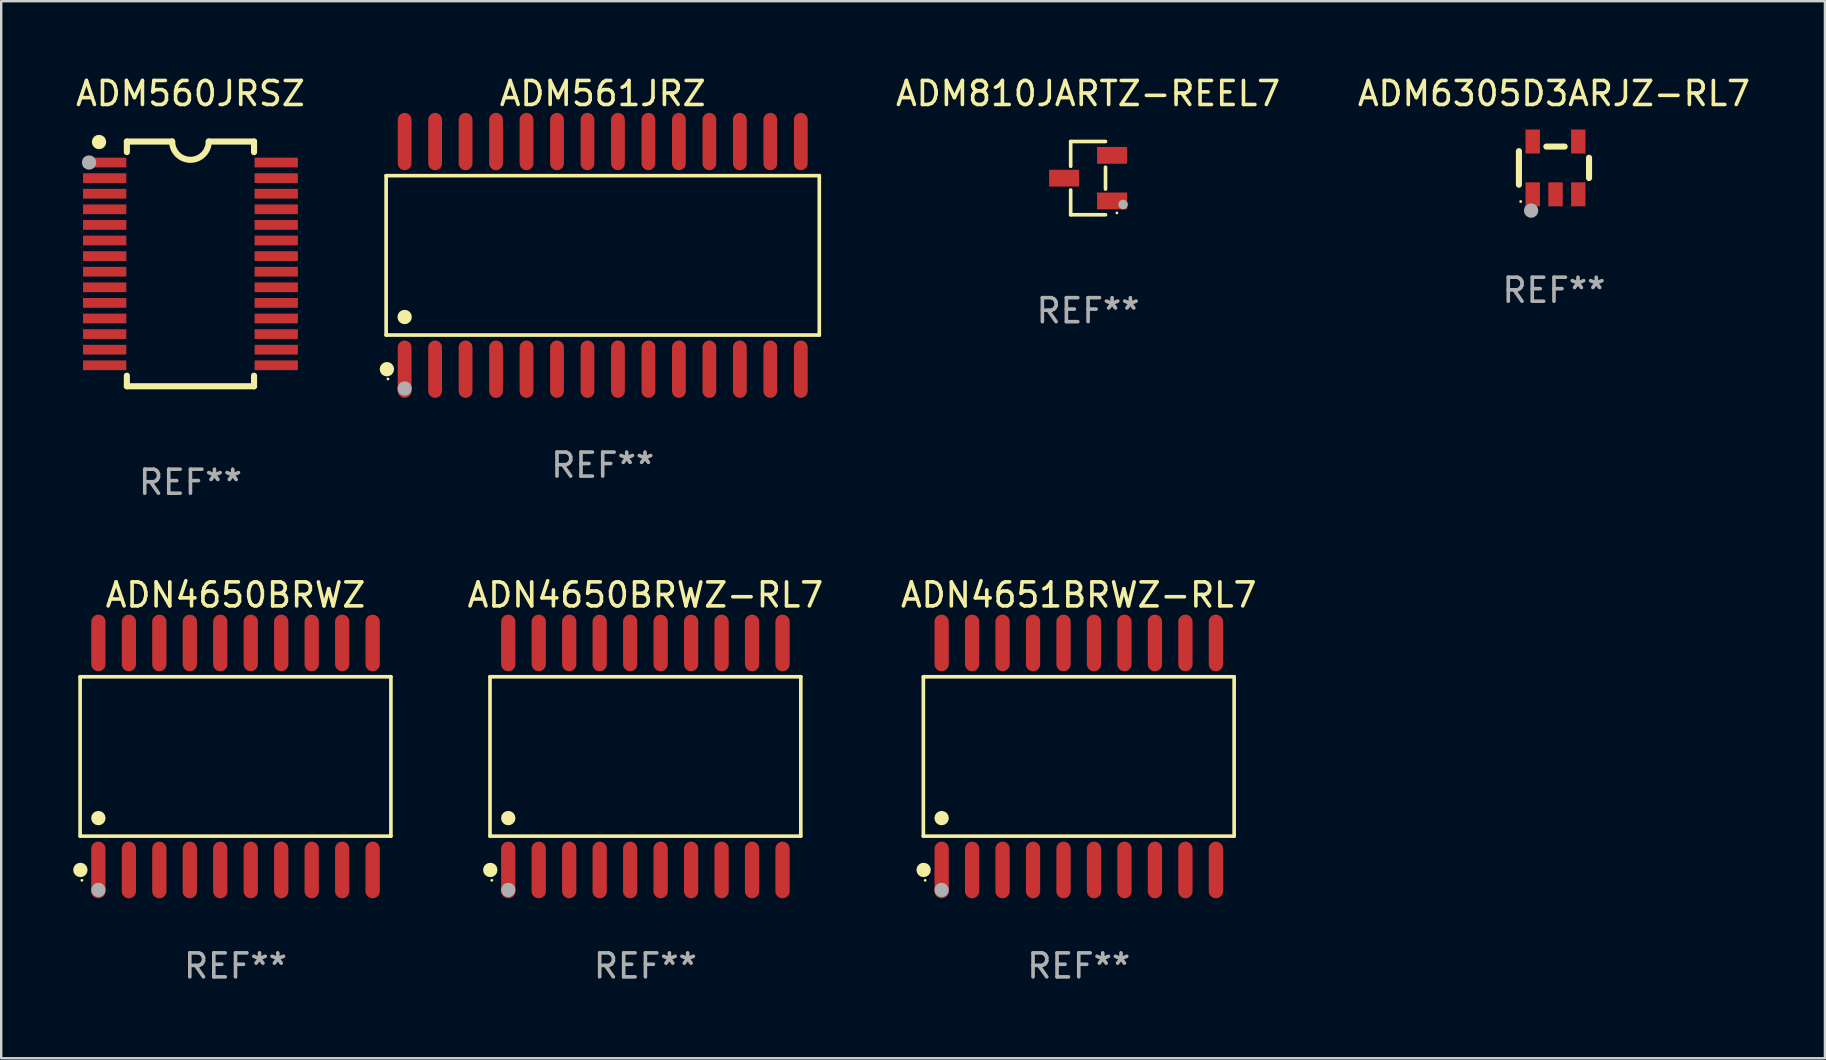
<source format=kicad_pcb>
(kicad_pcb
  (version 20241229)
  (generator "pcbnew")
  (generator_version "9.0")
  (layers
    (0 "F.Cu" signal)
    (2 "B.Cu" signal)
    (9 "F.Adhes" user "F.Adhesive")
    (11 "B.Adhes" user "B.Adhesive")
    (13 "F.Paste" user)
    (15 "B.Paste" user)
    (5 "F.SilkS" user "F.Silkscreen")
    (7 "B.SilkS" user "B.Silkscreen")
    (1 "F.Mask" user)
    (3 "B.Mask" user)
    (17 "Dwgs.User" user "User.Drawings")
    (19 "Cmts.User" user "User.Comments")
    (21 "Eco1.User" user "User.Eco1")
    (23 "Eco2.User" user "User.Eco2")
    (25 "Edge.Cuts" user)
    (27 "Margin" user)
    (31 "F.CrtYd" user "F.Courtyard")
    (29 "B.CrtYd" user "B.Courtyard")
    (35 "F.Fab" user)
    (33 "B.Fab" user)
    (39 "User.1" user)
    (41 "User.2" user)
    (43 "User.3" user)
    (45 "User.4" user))
  (footprint "ADM561JRZ"
    (layer "F.Cu")
    (at 22.068 7.592)
    (property "Reference" "ADM561JRZ" (at 0 -6.744 0) (layer "F.SilkS") (effects (font (size 1 1) (thickness 0.15))))
    (attr through_hole)
    (fp_line (start -9.026 -3.321) (end 9.026 -3.321) (stroke (width 0.152) (type solid)) (layer "F.SilkS"))
    (fp_line (start -9.026 3.321) (end -9.026 -3.321) (stroke (width 0.152) (type solid)) (layer "F.SilkS"))
    (fp_line (start 9.026 -3.321) (end 9.026 3.321) (stroke (width 0.152) (type solid)) (layer "F.SilkS"))
    (fp_line (start 9.026 3.321) (end -9.026 3.321) (stroke (width 0.152) (type solid)) (layer "F.SilkS"))
    (fp_circle (center -8.994 4.744) (end -8.844 4.744) (stroke (width 0.3) (type solid)) (fill no) (layer "F.SilkS"))
    (fp_circle (center -8.95 5.15) (end -8.92 5.15) (stroke (width 0.06) (type solid)) (fill no) (layer "F.SilkS"))
    (fp_circle (center -8.255 2.569) (end -8.105 2.569) (stroke (width 0.3) (type solid)) (fill no) (layer "F.SilkS"))
    (fp_circle (center -8.255 5.55) (end -8.105 5.55) (stroke (width 0.3) (type solid)) (fill no) (layer "F.Fab"))
    (fp_text user "REF**" (at 0 8.744 0) (layer "F.Fab") (effects (font (size 1 1) (thickness 0.15))))
    (pad "1" smd oval (at -8.255 4.744) (size 0.574 2.388) (layers "F.Cu" "F.Mask" "F.Paste"))
    (pad "2" smd oval (at -6.985 4.744) (size 0.574 2.388) (layers "F.Cu" "F.Mask" "F.Paste"))
    (pad "3" smd oval (at -5.715 4.744) (size 0.574 2.388) (layers "F.Cu" "F.Mask" "F.Paste"))
    (pad "4" smd oval (at -4.445 4.744) (size 0.574 2.388) (layers "F.Cu" "F.Mask" "F.Paste"))
    (pad "5" smd oval (at -3.175 4.744) (size 0.574 2.388) (layers "F.Cu" "F.Mask" "F.Paste"))
    (pad "6" smd oval (at -1.905 4.744) (size 0.574 2.388) (layers "F.Cu" "F.Mask" "F.Paste"))
    (pad "7" smd oval (at -0.635 4.744) (size 0.574 2.388) (layers "F.Cu" "F.Mask" "F.Paste"))
    (pad "8" smd oval (at 0.635 4.744) (size 0.574 2.388) (layers "F.Cu" "F.Mask" "F.Paste"))
    (pad "9" smd oval (at 1.905 4.744) (size 0.574 2.388) (layers "F.Cu" "F.Mask" "F.Paste"))
    (pad "10" smd oval (at 3.175 4.744) (size 0.574 2.388) (layers "F.Cu" "F.Mask" "F.Paste"))
    (pad "11" smd oval (at 4.445 4.744) (size 0.574 2.388) (layers "F.Cu" "F.Mask" "F.Paste"))
    (pad "12" smd oval (at 5.715 4.744) (size 0.574 2.388) (layers "F.Cu" "F.Mask" "F.Paste"))
    (pad "13" smd oval (at 6.985 4.744) (size 0.574 2.388) (layers "F.Cu" "F.Mask" "F.Paste"))
    (pad "14" smd oval (at 8.255 4.744) (size 0.574 2.388) (layers "F.Cu" "F.Mask" "F.Paste"))
    (pad "15" smd oval (at 8.255 -4.744) (size 0.574 2.388) (layers "F.Cu" "F.Mask" "F.Paste"))
    (pad "16" smd oval (at 6.985 -4.744) (size 0.574 2.388) (layers "F.Cu" "F.Mask" "F.Paste"))
    (pad "17" smd oval (at 5.715 -4.744) (size 0.574 2.388) (layers "F.Cu" "F.Mask" "F.Paste"))
    (pad "18" smd oval (at 4.445 -4.744) (size 0.574 2.388) (layers "F.Cu" "F.Mask" "F.Paste"))
    (pad "19" smd oval (at 3.175 -4.744) (size 0.574 2.388) (layers "F.Cu" "F.Mask" "F.Paste"))
    (pad "20" smd oval (at 1.905 -4.744) (size 0.574 2.388) (layers "F.Cu" "F.Mask" "F.Paste"))
    (pad "21" smd oval (at 0.635 -4.744) (size 0.574 2.388) (layers "F.Cu" "F.Mask" "F.Paste"))
    (pad "22" smd oval (at -0.635 -4.744) (size 0.574 2.388) (layers "F.Cu" "F.Mask" "F.Paste"))
    (pad "23" smd oval (at -1.905 -4.744) (size 0.574 2.388) (layers "F.Cu" "F.Mask" "F.Paste"))
    (pad "24" smd oval (at -3.175 -4.744) (size 0.574 2.388) (layers "F.Cu" "F.Mask" "F.Paste"))
    (pad "25" smd oval (at -4.445 -4.744) (size 0.574 2.388) (layers "F.Cu" "F.Mask" "F.Paste"))
    (pad "26" smd oval (at -5.715 -4.744) (size 0.574 2.388) (layers "F.Cu" "F.Mask" "F.Paste"))
    (pad "27" smd oval (at -6.985 -4.744) (size 0.574 2.388) (layers "F.Cu" "F.Mask" "F.Paste"))
    (pad "28" smd oval (at -8.255 -4.744) (size 0.574 2.388) (layers "F.Cu" "F.Mask" "F.Paste")))
  (footprint "ADM810JARTZ-REEL7"
    (layer "F.Cu")
    (at 42.296 4.374)
    (property "Reference" "ADM810JARTZ-REEL7" (at 0 -3.526 0) (layer "F.SilkS") (effects (font (size 1 1) (thickness 0.15))))
    (attr through_hole)
    (fp_line (start -0.726 -1.526) (end -0.726 -0.495) (stroke (width 0.152) (type solid)) (layer "F.SilkS"))
    (fp_line (start -0.726 1.526) (end -0.726 0.495) (stroke (width 0.152) (type solid)) (layer "F.SilkS"))
    (fp_line (start 0.726 -1.526) (end -0.726 -1.526) (stroke (width 0.152) (type solid)) (layer "F.SilkS"))
    (fp_line (start 0.726 -0.455) (end 0.726 0.455) (stroke (width 0.152) (type solid)) (layer "F.SilkS"))
    (fp_line (start 0.726 1.526) (end -0.726 1.526) (stroke (width 0.152) (type solid)) (layer "F.SilkS"))
    (fp_circle (center 1.2 1.45) (end 1.23 1.45) (stroke (width 0.06) (type solid)) (fill no) (layer "F.SilkS"))
    (fp_circle (center 1.46 1.1) (end 1.56 1.1) (stroke (width 0.2) (type solid)) (fill no) (layer "F.Fab"))
    (fp_text user "REF**" (at 0 5.526 0) (layer "F.Fab") (effects (font (size 1 1) (thickness 0.15))))
    (pad "1" smd rect (at 1 0.95) (size 1.25 0.7) (layers "F.Cu" "F.Mask" "F.Paste"))
    (pad "2" smd rect (at 1 -0.95) (size 1.25 0.7) (layers "F.Cu" "F.Mask" "F.Paste"))
    (pad "3" smd rect (at -1 0) (size 1.25 0.7) (layers "F.Cu" "F.Mask" "F.Paste")))
  (footprint "ADN4650BRWZ"
    (layer "F.Cu")
    (at 6.765 28.475)
    (property "Reference" "ADN4650BRWZ" (at 0 -6.73 0) (layer "F.SilkS") (effects (font (size 1 1) (thickness 0.15))))
    (attr through_hole)
    (fp_line (start -6.476 -3.321) (end 6.476 -3.321) (stroke (width 0.152) (type solid)) (layer "F.SilkS"))
    (fp_line (start -6.476 3.321) (end -6.476 -3.321) (stroke (width 0.152) (type solid)) (layer "F.SilkS"))
    (fp_line (start 6.476 -3.321) (end 6.476 3.321) (stroke (width 0.152) (type solid)) (layer "F.SilkS"))
    (fp_line (start 6.476 3.321) (end -6.476 3.321) (stroke (width 0.152) (type solid)) (layer "F.SilkS"))
    (fp_circle (center -6.465 4.73) (end -6.315 4.73) (stroke (width 0.3) (type solid)) (fill no) (layer "F.SilkS"))
    (fp_circle (center -6.4 5.163) (end -6.37 5.163) (stroke (width 0.06) (type solid)) (fill no) (layer "F.SilkS"))
    (fp_circle (center -5.715 2.569) (end -5.565 2.569) (stroke (width 0.3) (type solid)) (fill no) (layer "F.SilkS"))
    (fp_circle (center -5.715 5.563) (end -5.565 5.563) (stroke (width 0.3) (type solid)) (fill no) (layer "F.Fab"))
    (fp_text user "REF**" (at 0 8.73 0) (layer "F.Fab") (effects (font (size 1 1) (thickness 0.15))))
    (pad "1" smd oval (at -5.715 4.73) (size 0.595 2.36) (layers "F.Cu" "F.Mask" "F.Paste"))
    (pad "2" smd oval (at -4.445 4.73) (size 0.595 2.36) (layers "F.Cu" "F.Mask" "F.Paste"))
    (pad "3" smd oval (at -3.175 4.73) (size 0.595 2.36) (layers "F.Cu" "F.Mask" "F.Paste"))
    (pad "4" smd oval (at -1.905 4.73) (size 0.595 2.36) (layers "F.Cu" "F.Mask" "F.Paste"))
    (pad "5" smd oval (at -0.635 4.73) (size 0.595 2.36) (layers "F.Cu" "F.Mask" "F.Paste"))
    (pad "6" smd oval (at 0.635 4.73) (size 0.595 2.36) (layers "F.Cu" "F.Mask" "F.Paste"))
    (pad "7" smd oval (at 1.905 4.73) (size 0.595 2.36) (layers "F.Cu" "F.Mask" "F.Paste"))
    (pad "8" smd oval (at 3.175 4.73) (size 0.595 2.36) (layers "F.Cu" "F.Mask" "F.Paste"))
    (pad "9" smd oval (at 4.445 4.73) (size 0.595 2.36) (layers "F.Cu" "F.Mask" "F.Paste"))
    (pad "10" smd oval (at 5.715 4.73) (size 0.595 2.36) (layers "F.Cu" "F.Mask" "F.Paste"))
    (pad "11" smd oval (at 5.715 -4.73) (size 0.595 2.36) (layers "F.Cu" "F.Mask" "F.Paste"))
    (pad "12" smd oval (at 4.445 -4.73) (size 0.595 2.36) (layers "F.Cu" "F.Mask" "F.Paste"))
    (pad "13" smd oval (at 3.175 -4.73) (size 0.595 2.36) (layers "F.Cu" "F.Mask" "F.Paste"))
    (pad "14" smd oval (at 1.905 -4.73) (size 0.595 2.36) (layers "F.Cu" "F.Mask" "F.Paste"))
    (pad "15" smd oval (at 0.635 -4.73) (size 0.595 2.36) (layers "F.Cu" "F.Mask" "F.Paste"))
    (pad "16" smd oval (at -0.635 -4.73) (size 0.595 2.36) (layers "F.Cu" "F.Mask" "F.Paste"))
    (pad "17" smd oval (at -1.905 -4.73) (size 0.595 2.36) (layers "F.Cu" "F.Mask" "F.Paste"))
    (pad "18" smd oval (at -3.175 -4.73) (size 0.595 2.36) (layers "F.Cu" "F.Mask" "F.Paste"))
    (pad "19" smd oval (at -4.445 -4.73) (size 0.595 2.36) (layers "F.Cu" "F.Mask" "F.Paste"))
    (pad "20" smd oval (at -5.715 -4.73) (size 0.595 2.36) (layers "F.Cu" "F.Mask" "F.Paste")))
  (footprint "ADN4651BRWZ-RL7"
    (layer "F.Cu")
    (at 41.907 28.475)
    (property "Reference" "ADN4651BRWZ-RL7" (at 0 -6.73 0) (layer "F.SilkS") (effects (font (size 1 1) (thickness 0.15))))
    (attr through_hole)
    (fp_line (start -6.476 -3.321) (end 6.476 -3.321) (stroke (width 0.152) (type solid)) (layer "F.SilkS"))
    (fp_line (start -6.476 3.321) (end -6.476 -3.321) (stroke (width 0.152) (type solid)) (layer "F.SilkS"))
    (fp_line (start 6.476 -3.321) (end 6.476 3.321) (stroke (width 0.152) (type solid)) (layer "F.SilkS"))
    (fp_line (start 6.476 3.321) (end -6.476 3.321) (stroke (width 0.152) (type solid)) (layer "F.SilkS"))
    (fp_circle (center -6.465 4.73) (end -6.315 4.73) (stroke (width 0.3) (type solid)) (fill no) (layer "F.SilkS"))
    (fp_circle (center -6.4 5.163) (end -6.37 5.163) (stroke (width 0.06) (type solid)) (fill no) (layer "F.SilkS"))
    (fp_circle (center -5.715 2.569) (end -5.565 2.569) (stroke (width 0.3) (type solid)) (fill no) (layer "F.SilkS"))
    (fp_circle (center -5.715 5.563) (end -5.565 5.563) (stroke (width 0.3) (type solid)) (fill no) (layer "F.Fab"))
    (fp_text user "REF**" (at 0 8.73 0) (layer "F.Fab") (effects (font (size 1 1) (thickness 0.15))))
    (pad "1" smd oval (at -5.715 4.73) (size 0.595 2.36) (layers "F.Cu" "F.Mask" "F.Paste"))
    (pad "2" smd oval (at -4.445 4.73) (size 0.595 2.36) (layers "F.Cu" "F.Mask" "F.Paste"))
    (pad "3" smd oval (at -3.175 4.73) (size 0.595 2.36) (layers "F.Cu" "F.Mask" "F.Paste"))
    (pad "4" smd oval (at -1.905 4.73) (size 0.595 2.36) (layers "F.Cu" "F.Mask" "F.Paste"))
    (pad "5" smd oval (at -0.635 4.73) (size 0.595 2.36) (layers "F.Cu" "F.Mask" "F.Paste"))
    (pad "6" smd oval (at 0.635 4.73) (size 0.595 2.36) (layers "F.Cu" "F.Mask" "F.Paste"))
    (pad "7" smd oval (at 1.905 4.73) (size 0.595 2.36) (layers "F.Cu" "F.Mask" "F.Paste"))
    (pad "8" smd oval (at 3.175 4.73) (size 0.595 2.36) (layers "F.Cu" "F.Mask" "F.Paste"))
    (pad "9" smd oval (at 4.445 4.73) (size 0.595 2.36) (layers "F.Cu" "F.Mask" "F.Paste"))
    (pad "10" smd oval (at 5.715 4.73) (size 0.595 2.36) (layers "F.Cu" "F.Mask" "F.Paste"))
    (pad "11" smd oval (at 5.715 -4.73) (size 0.595 2.36) (layers "F.Cu" "F.Mask" "F.Paste"))
    (pad "12" smd oval (at 4.445 -4.73) (size 0.595 2.36) (layers "F.Cu" "F.Mask" "F.Paste"))
    (pad "13" smd oval (at 3.175 -4.73) (size 0.595 2.36) (layers "F.Cu" "F.Mask" "F.Paste"))
    (pad "14" smd oval (at 1.905 -4.73) (size 0.595 2.36) (layers "F.Cu" "F.Mask" "F.Paste"))
    (pad "15" smd oval (at 0.635 -4.73) (size 0.595 2.36) (layers "F.Cu" "F.Mask" "F.Paste"))
    (pad "16" smd oval (at -0.635 -4.73) (size 0.595 2.36) (layers "F.Cu" "F.Mask" "F.Paste"))
    (pad "17" smd oval (at -1.905 -4.73) (size 0.595 2.36) (layers "F.Cu" "F.Mask" "F.Paste"))
    (pad "18" smd oval (at -3.175 -4.73) (size 0.595 2.36) (layers "F.Cu" "F.Mask" "F.Paste"))
    (pad "19" smd oval (at -4.445 -4.73) (size 0.595 2.36) (layers "F.Cu" "F.Mask" "F.Paste"))
    (pad "20" smd oval (at -5.715 -4.73) (size 0.595 2.36) (layers "F.Cu" "F.Mask" "F.Paste")))
  (footprint "ADM6305D3ARJZ-RL7"
    (layer "F.Cu")
    (at 61.712 3.948)
    (property "Reference" "ADM6305D3ARJZ-RL7" (at 0 -3.1 0) (layer "F.SilkS") (effects (font (size 1 1) (thickness 0.15))))
    (attr through_hole)
    (fp_line (start -1.461 -0.699) (end -1.461 0.699) (stroke (width 0.254) (type solid)) (layer "F.SilkS"))
    (fp_line (start -0.318 -0.889) (end 0.445 -0.889) (stroke (width 0.254) (type solid)) (layer "F.SilkS"))
    (fp_line (start 1.461 -0.422) (end 1.461 0.422) (stroke (width 0.254) (type solid)) (layer "F.SilkS"))
    (fp_circle (center -1.387 1.4) (end -1.357 1.4) (stroke (width 0.06) (type solid)) (fill no) (layer "F.SilkS"))
    (fp_circle (center -0.953 1.778) (end -0.802 1.778) (stroke (width 0.3) (type solid)) (fill no) (layer "F.Fab"))
    (fp_text user "REF**" (at 0 5.1 0) (layer "F.Fab") (effects (font (size 1 1) (thickness 0.15))))
    (pad "1" smd rect (at -0.886 1.1) (size 0.6 1) (layers "F.Cu" "F.Mask" "F.Paste"))
    (pad "2" smd rect (at 0.064 1.1) (size 0.6 1) (layers "F.Cu" "F.Mask" "F.Paste"))
    (pad "3" smd rect (at 1.013 1.1) (size 0.6 1) (layers "F.Cu" "F.Mask" "F.Paste"))
    (pad "4" smd rect (at 1.013 -1.1) (size 0.6 1) (layers "F.Cu" "F.Mask" "F.Paste"))
    (pad "5" smd rect (at -0.886 -1.1) (size 0.6 1) (layers "F.Cu" "F.Mask" "F.Paste")))
  (footprint "ADM560JRSZ"
    (layer "F.Cu")
    (at 4.887 7.948)
    (property "Reference" "ADM560JRSZ" (at 0 -7.1 0) (layer "F.SilkS") (effects (font (size 1 1) (thickness 0.15))))
    (attr through_hole)
    (fp_line (start -2.65 -5.1) (end -0.762 -5.1) (stroke (width 0.254) (type solid)) (layer "F.SilkS"))
    (fp_line (start -2.65 -4.658) (end -2.65 -5.1) (stroke (width 0.254) (type solid)) (layer "F.SilkS"))
    (fp_line (start -2.65 5.1) (end -2.65 4.658) (stroke (width 0.254) (type solid)) (layer "F.SilkS"))
    (fp_line (start -2.65 5.1) (end 2.65 5.1) (stroke (width 0.254) (type solid)) (layer "F.SilkS"))
    (fp_line (start 2.65 -5.1) (end 0.762 -5.1) (stroke (width 0.254) (type solid)) (layer "F.SilkS"))
    (fp_line (start 2.65 -5.1) (end 2.65 -4.658) (stroke (width 0.254) (type solid)) (layer "F.SilkS"))
    (fp_line (start 2.65 4.658) (end 2.65 5.1) (stroke (width 0.254) (type solid)) (layer "F.SilkS"))
    (fp_arc (start 0.761925 -5.1) (mid -0.000241 -4.338329) (end -0.762077 -5.10033) (stroke (width 0.254001) (type solid)) (layer "F.SilkS"))
    (fp_circle (center -3.858 -5.07) (end -3.828 -5.07) (stroke (width 0.06) (type solid)) (fill no) (layer "F.SilkS"))
    (fp_circle (center -3.81 -5.08) (end -3.66 -5.08) (stroke (width 0.3) (type solid)) (fill no) (layer "F.SilkS"))
    (fp_circle (center -4.225 -4.225) (end -4.075 -4.225) (stroke (width 0.3) (type solid)) (fill no) (layer "F.Fab"))
    (fp_text user "REF**" (at 0 9.1 0) (layer "F.Fab") (effects (font (size 1 1) (thickness 0.15))))
    (pad "1" smd rect (at -3.575 -4.225) (size 1.803 0.406) (layers "F.Cu" "F.Mask" "F.Paste"))
    (pad "2" smd rect (at -3.575 -3.575) (size 1.803 0.406) (layers "F.Cu" "F.Mask" "F.Paste"))
    (pad "3" smd rect (at -3.575 -2.925) (size 1.803 0.406) (layers "F.Cu" "F.Mask" "F.Paste"))
    (pad "4" smd rect (at -3.575 -2.275) (size 1.803 0.406) (layers "F.Cu" "F.Mask" "F.Paste"))
    (pad "5" smd rect (at -3.575 -1.625) (size 1.803 0.406) (layers "F.Cu" "F.Mask" "F.Paste"))
    (pad "6" smd rect (at -3.575 -0.975) (size 1.803 0.406) (layers "F.Cu" "F.Mask" "F.Paste"))
    (pad "7" smd rect (at -3.575 -0.325) (size 1.803 0.406) (layers "F.Cu" "F.Mask" "F.Paste"))
    (pad "8" smd rect (at -3.575 0.325) (size 1.803 0.406) (layers "F.Cu" "F.Mask" "F.Paste"))
    (pad "9" smd rect (at -3.575 0.975) (size 1.803 0.406) (layers "F.Cu" "F.Mask" "F.Paste"))
    (pad "10" smd rect (at -3.575 1.625) (size 1.803 0.406) (layers "F.Cu" "F.Mask" "F.Paste"))
    (pad "11" smd rect (at -3.575 2.275) (size 1.803 0.406) (layers "F.Cu" "F.Mask" "F.Paste"))
    (pad "12" smd rect (at -3.575 2.925) (size 1.803 0.406) (layers "F.Cu" "F.Mask" "F.Paste"))
    (pad "13" smd rect (at -3.575 3.575) (size 1.803 0.406) (layers "F.Cu" "F.Mask" "F.Paste"))
    (pad "14" smd rect (at -3.575 4.225) (size 1.803 0.406) (layers "F.Cu" "F.Mask" "F.Paste"))
    (pad "15" smd rect (at 3.575 4.225) (size 1.803 0.406) (layers "F.Cu" "F.Mask" "F.Paste"))
    (pad "16" smd rect (at 3.575 3.575) (size 1.803 0.406) (layers "F.Cu" "F.Mask" "F.Paste"))
    (pad "17" smd rect (at 3.575 2.925) (size 1.803 0.406) (layers "F.Cu" "F.Mask" "F.Paste"))
    (pad "18" smd rect (at 3.575 2.275) (size 1.803 0.406) (layers "F.Cu" "F.Mask" "F.Paste"))
    (pad "19" smd rect (at 3.575 1.625) (size 1.803 0.406) (layers "F.Cu" "F.Mask" "F.Paste"))
    (pad "20" smd rect (at 3.575 0.975) (size 1.803 0.406) (layers "F.Cu" "F.Mask" "F.Paste"))
    (pad "21" smd rect (at 3.575 0.325) (size 1.803 0.406) (layers "F.Cu" "F.Mask" "F.Paste"))
    (pad "22" smd rect (at 3.575 -0.325) (size 1.803 0.406) (layers "F.Cu" "F.Mask" "F.Paste"))
    (pad "23" smd rect (at 3.575 -0.975) (size 1.803 0.406) (layers "F.Cu" "F.Mask" "F.Paste"))
    (pad "24" smd rect (at 3.575 -1.625) (size 1.803 0.406) (layers "F.Cu" "F.Mask" "F.Paste"))
    (pad "25" smd rect (at 3.575 -2.275) (size 1.803 0.406) (layers "F.Cu" "F.Mask" "F.Paste"))
    (pad "26" smd rect (at 3.575 -2.925) (size 1.803 0.406) (layers "F.Cu" "F.Mask" "F.Paste"))
    (pad "27" smd rect (at 3.575 -3.575) (size 1.803 0.406) (layers "F.Cu" "F.Mask" "F.Paste"))
    (pad "28" smd rect (at 3.575 -4.225) (size 1.803 0.406) (layers "F.Cu" "F.Mask" "F.Paste")))
  (footprint "ADN4650BRWZ-RL7"
    (layer "F.Cu")
    (at 23.847 28.475)
    (property "Reference" "ADN4650BRWZ-RL7" (at 0 -6.73 0) (layer "F.SilkS") (effects (font (size 1 1) (thickness 0.15))))
    (attr through_hole)
    (fp_line (start -6.476 -3.321) (end 6.476 -3.321) (stroke (width 0.152) (type solid)) (layer "F.SilkS"))
    (fp_line (start -6.476 3.321) (end -6.476 -3.321) (stroke (width 0.152) (type solid)) (layer "F.SilkS"))
    (fp_line (start 6.476 -3.321) (end 6.476 3.321) (stroke (width 0.152) (type solid)) (layer "F.SilkS"))
    (fp_line (start 6.476 3.321) (end -6.476 3.321) (stroke (width 0.152) (type solid)) (layer "F.SilkS"))
    (fp_circle (center -6.465 4.73) (end -6.315 4.73) (stroke (width 0.3) (type solid)) (fill no) (layer "F.SilkS"))
    (fp_circle (center -6.4 5.163) (end -6.37 5.163) (stroke (width 0.06) (type solid)) (fill no) (layer "F.SilkS"))
    (fp_circle (center -5.715 2.569) (end -5.565 2.569) (stroke (width 0.3) (type solid)) (fill no) (layer "F.SilkS"))
    (fp_circle (center -5.715 5.563) (end -5.565 5.563) (stroke (width 0.3) (type solid)) (fill no) (layer "F.Fab"))
    (fp_text user "REF**" (at 0 8.73 0) (layer "F.Fab") (effects (font (size 1 1) (thickness 0.15))))
    (pad "1" smd oval (at -5.715 4.73) (size 0.595 2.36) (layers "F.Cu" "F.Mask" "F.Paste"))
    (pad "2" smd oval (at -4.445 4.73) (size 0.595 2.36) (layers "F.Cu" "F.Mask" "F.Paste"))
    (pad "3" smd oval (at -3.175 4.73) (size 0.595 2.36) (layers "F.Cu" "F.Mask" "F.Paste"))
    (pad "4" smd oval (at -1.905 4.73) (size 0.595 2.36) (layers "F.Cu" "F.Mask" "F.Paste"))
    (pad "5" smd oval (at -0.635 4.73) (size 0.595 2.36) (layers "F.Cu" "F.Mask" "F.Paste"))
    (pad "6" smd oval (at 0.635 4.73) (size 0.595 2.36) (layers "F.Cu" "F.Mask" "F.Paste"))
    (pad "7" smd oval (at 1.905 4.73) (size 0.595 2.36) (layers "F.Cu" "F.Mask" "F.Paste"))
    (pad "8" smd oval (at 3.175 4.73) (size 0.595 2.36) (layers "F.Cu" "F.Mask" "F.Paste"))
    (pad "9" smd oval (at 4.445 4.73) (size 0.595 2.36) (layers "F.Cu" "F.Mask" "F.Paste"))
    (pad "10" smd oval (at 5.715 4.73) (size 0.595 2.36) (layers "F.Cu" "F.Mask" "F.Paste"))
    (pad "11" smd oval (at 5.715 -4.73) (size 0.595 2.36) (layers "F.Cu" "F.Mask" "F.Paste"))
    (pad "12" smd oval (at 4.445 -4.73) (size 0.595 2.36) (layers "F.Cu" "F.Mask" "F.Paste"))
    (pad "13" smd oval (at 3.175 -4.73) (size 0.595 2.36) (layers "F.Cu" "F.Mask" "F.Paste"))
    (pad "14" smd oval (at 1.905 -4.73) (size 0.595 2.36) (layers "F.Cu" "F.Mask" "F.Paste"))
    (pad "15" smd oval (at 0.635 -4.73) (size 0.595 2.36) (layers "F.Cu" "F.Mask" "F.Paste"))
    (pad "16" smd oval (at -0.635 -4.73) (size 0.595 2.36) (layers "F.Cu" "F.Mask" "F.Paste"))
    (pad "17" smd oval (at -1.905 -4.73) (size 0.595 2.36) (layers "F.Cu" "F.Mask" "F.Paste"))
    (pad "18" smd oval (at -3.175 -4.73) (size 0.595 2.36) (layers "F.Cu" "F.Mask" "F.Paste"))
    (pad "19" smd oval (at -4.445 -4.73) (size 0.595 2.36) (layers "F.Cu" "F.Mask" "F.Paste"))
    (pad "20" smd oval (at -5.715 -4.73) (size 0.595 2.36) (layers "F.Cu" "F.Mask" "F.Paste")))
  (gr_rect
    (start -3 -3)
    (end 73.004 41.053)
    (stroke (width 0.1) (type default))
    (fill no)
    (layer "Edge.Cuts")))
</source>
